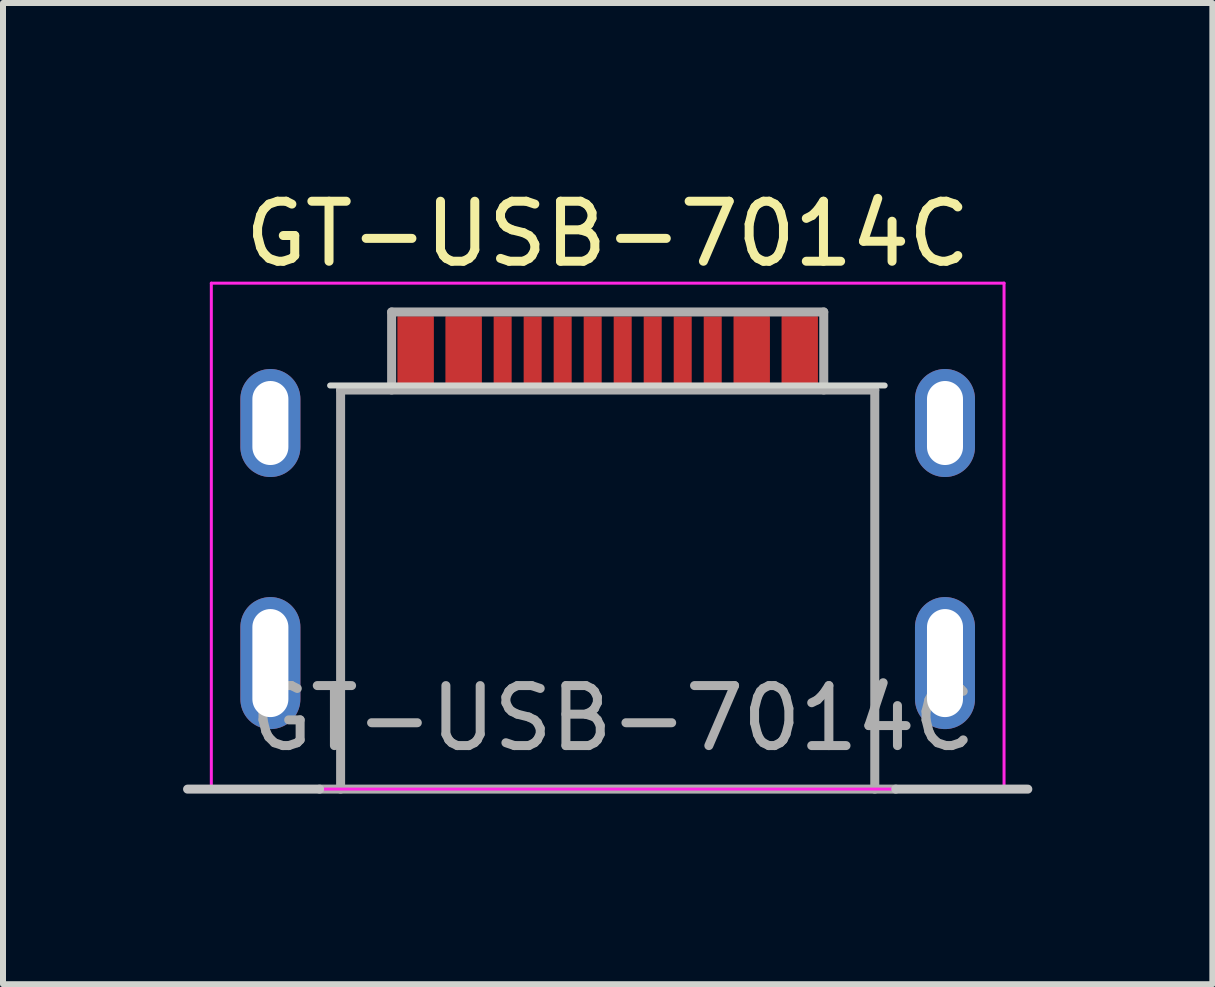
<source format=kicad_pcb>
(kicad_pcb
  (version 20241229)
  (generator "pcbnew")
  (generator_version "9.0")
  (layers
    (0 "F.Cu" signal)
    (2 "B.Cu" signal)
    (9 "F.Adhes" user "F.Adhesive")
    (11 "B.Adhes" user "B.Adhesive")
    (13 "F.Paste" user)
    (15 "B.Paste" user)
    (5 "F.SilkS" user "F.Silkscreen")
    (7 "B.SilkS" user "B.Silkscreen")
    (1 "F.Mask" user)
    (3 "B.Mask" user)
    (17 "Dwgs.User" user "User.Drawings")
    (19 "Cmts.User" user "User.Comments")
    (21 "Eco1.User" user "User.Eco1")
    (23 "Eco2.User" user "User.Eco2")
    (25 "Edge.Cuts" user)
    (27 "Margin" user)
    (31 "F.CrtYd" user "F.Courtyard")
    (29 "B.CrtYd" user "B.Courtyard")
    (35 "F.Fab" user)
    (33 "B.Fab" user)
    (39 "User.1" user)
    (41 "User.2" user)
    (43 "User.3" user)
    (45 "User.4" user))
  (footprint "GT-USB-7014C"
    (layer "F.Cu")
    (at 7.075 10.098)
    (property "Reference" "GT-USB-7014C" (at 0 -9.25 180) (layer "F.SilkS") (effects (font (size 1 1) (thickness 0.15))))
    (attr smd)
    (fp_line (start -4.8 0) (end -7 0) (stroke (width 0.15) (type solid)) (layer "Dwgs.User"))
    (fp_line (start 7 0) (end 4.8 0) (stroke (width 0.15) (type solid)) (layer "Dwgs.User"))
    (fp_line (start -4.625 -6.725) (end 4.615 -6.725) (stroke (width 0.1) (type solid)) (layer "Edge.Cuts"))
    (fp_line (start -6.604 -8.43) (end -6.604 0) (stroke (width 0.05) (type solid)) (layer "F.CrtYd"))
    (fp_line (start -6.604 0) (end 6.604 0) (stroke (width 0.05) (type solid)) (layer "F.CrtYd"))
    (fp_line (start 6.604 -8.43) (end -6.604 -8.43) (stroke (width 0.05) (type solid)) (layer "F.CrtYd"))
    (fp_line (start 6.604 0) (end 6.604 -8.43) (stroke (width 0.05) (type solid)) (layer "F.CrtYd"))
    (fp_line (start -4.45 -6.65) (end -4.45 0) (stroke (width 0.15) (type solid)) (layer "F.Fab"))
    (fp_line (start -3.6 -7.95) (end 3.6 -7.95) (stroke (width 0.15) (type solid)) (layer "F.Fab"))
    (fp_line (start -3.6 -6.65) (end -3.6 -7.95) (stroke (width 0.15) (type solid)) (layer "F.Fab"))
    (fp_line (start 3.6 -7.95) (end 3.6 -6.65) (stroke (width 0.15) (type solid)) (layer "F.Fab"))
    (fp_line (start 4.45 -6.65) (end -4.45 -6.65) (stroke (width 0.15) (type solid)) (layer "F.Fab"))
    (fp_line (start 4.45 -6.65) (end 4.45 0) (stroke (width 0.15) (type solid)) (layer "F.Fab"))
    (fp_line (start 4.8 0) (end -4.8 0) (stroke (width 0.15) (type solid)) (layer "F.Fab"))
    (fp_text user "${REFERENCE}" (at 0.09 -1.18 180) (layer "F.Fab") (effects (font (size 1 1) (thickness 0.15))))
    (pad "A1" smd rect (at -3.2 -7.3) (size 0.6 1.15) (layers "F.Cu" "F.Mask" "F.Paste"))
    (pad "A4" smd rect (at -2.4 -7.3) (size 0.6 1.15) (layers "F.Cu" "F.Mask" "F.Paste"))
    (pad "A5" smd rect (at -1.25 -7.3) (size 0.3 1.15) (layers "F.Cu" "F.Mask" "F.Paste"))
    (pad "A6" smd rect (at -0.25 -7.3) (size 0.3 1.15) (layers "F.Cu" "F.Mask" "F.Paste"))
    (pad "A7" smd rect (at 0.25 -7.3) (size 0.3 1.15) (layers "F.Cu" "F.Mask" "F.Paste"))
    (pad "A8" smd rect (at 1.25 -7.3) (size 0.3 1.15) (layers "F.Cu" "F.Mask" "F.Paste"))
    (pad "A9" smd rect (at 2.4 -7.3) (size 0.6 1.15) (layers "F.Cu" "F.Mask" "F.Paste"))
    (pad "A12" smd rect (at 3.2 -7.3) (size 0.6 1.15) (layers "F.Cu" "F.Mask" "F.Paste"))
    (pad "B1" smd rect (at 3.2 -7.3) (size 0.6 1.15) (layers "F.Cu" "F.Mask" "F.Paste"))
    (pad "B4" smd rect (at 2.4 -7.3) (size 0.6 1.15) (layers "F.Cu" "F.Mask" "F.Paste"))
    (pad "B5" smd rect (at 1.75 -7.3) (size 0.3 1.15) (layers "F.Cu" "F.Mask" "F.Paste"))
    (pad "B6" smd rect (at 0.75 -7.3) (size 0.3 1.15) (layers "F.Cu" "F.Mask" "F.Paste"))
    (pad "B7" smd rect (at -0.75 -7.3) (size 0.3 1.15) (layers "F.Cu" "F.Mask" "F.Paste"))
    (pad "B8" smd rect (at -1.75 -7.3) (size 0.3 1.15) (layers "F.Cu" "F.Mask" "F.Paste"))
    (pad "B9" smd rect (at -2.4 -7.3) (size 0.6 1.15) (layers "F.Cu" "F.Mask" "F.Paste"))
    (pad "B12" smd rect (at -3.2 -7.3) (size 0.6 1.15) (layers "F.Cu" "F.Mask" "F.Paste"))
    (pad "S1" thru_hole oval (at -5.62 -6.1) (size 1 1.8) (drill oval 0.6 1.4) (layers "*.Cu" "*.Mask"))
    (pad "S2" thru_hole oval (at 5.62 -6.1) (size 1 1.8) (drill oval 0.6 1.4) (layers "*.Cu" "*.Mask"))
    (pad "S3" thru_hole oval (at 5.62 -2.1) (size 1 2.2) (drill oval 0.6 1.8) (layers "*.Cu" "*.Mask"))
    (pad "S4" thru_hole oval (at -5.62 -2.1) (size 1 2.2) (drill oval 0.6 1.8) (layers "*.Cu" "*.Mask")))
  (gr_rect
    (start -3 -3)
    (end 17.15 13.348)
    (stroke (width 0.1) (type default))
    (fill no)
    (layer "Edge.Cuts")))
</source>
